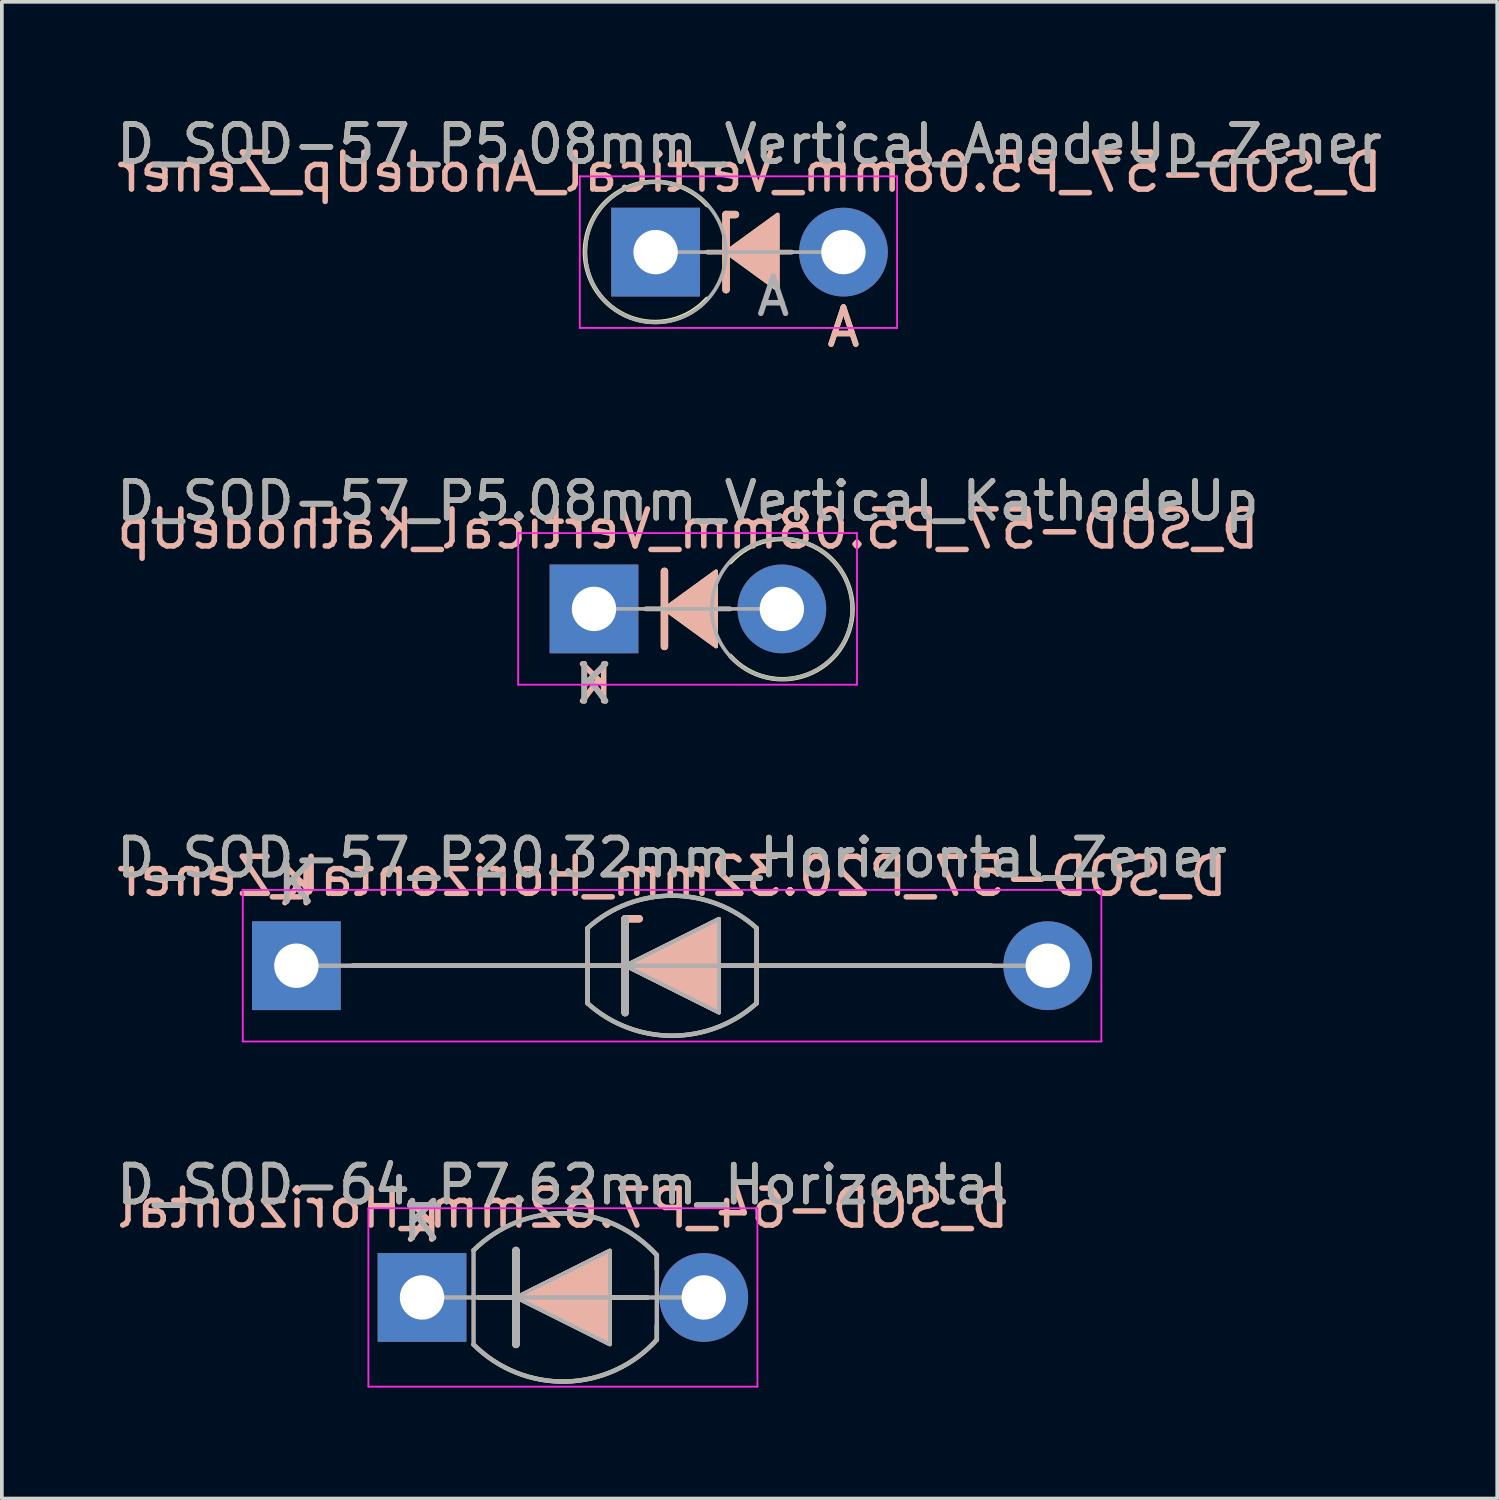
<source format=kicad_pcb>
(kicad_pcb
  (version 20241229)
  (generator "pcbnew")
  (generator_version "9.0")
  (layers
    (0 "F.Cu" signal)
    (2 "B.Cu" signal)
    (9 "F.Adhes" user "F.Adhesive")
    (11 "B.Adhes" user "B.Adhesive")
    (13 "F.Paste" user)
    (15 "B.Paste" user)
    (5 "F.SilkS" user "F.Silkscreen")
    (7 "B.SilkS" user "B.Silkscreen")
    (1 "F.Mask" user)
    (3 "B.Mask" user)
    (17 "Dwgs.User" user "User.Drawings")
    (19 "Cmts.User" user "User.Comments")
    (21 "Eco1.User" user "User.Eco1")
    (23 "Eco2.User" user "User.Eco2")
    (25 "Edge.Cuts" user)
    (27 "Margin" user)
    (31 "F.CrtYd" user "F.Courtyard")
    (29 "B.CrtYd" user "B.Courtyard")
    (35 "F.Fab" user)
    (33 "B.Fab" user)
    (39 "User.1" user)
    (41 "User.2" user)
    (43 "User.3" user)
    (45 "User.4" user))
  (footprint "D_SOD-64_P7.62mm_Horizontal"
    (layer "F.Cu")
    (at 8.363 32.038)
    (property "Reference" "D_SOD-64_P7.62mm_Horizontal" (at 3.81 -3.048 0) (layer "F.SilkS") (effects (font (size 1 1) (thickness 0.15))))
    (fp_line (start 1.524 0) (end 6.096 0) (stroke (width 0.12) (type solid)) (layer "F.SilkS"))
    (fp_line (start 2.54 1.27) (end 2.54 -1.27) (stroke (width 0.2) (type solid)) (layer "F.SilkS"))
    (fp_line (start 6.35 -1.143) (end 6.35 -0.762) (stroke (width 0.12) (type solid)) (layer "F.SilkS"))
    (fp_line (start 6.35 1.143) (end 6.35 0.762) (stroke (width 0.12) (type solid)) (layer "F.SilkS"))
    (fp_arc (start 1.39366 -1.27334) (mid 3.899833 -2.273039) (end 6.349998 -1.143) (stroke (width 0.12) (type solid)) (layer "F.SilkS"))
    (fp_arc (start 6.35 1.143) (mid 3.900216 2.273029) (end 1.394202 1.273879) (stroke (width 0.12) (type solid)) (layer "F.SilkS"))
    (fp_poly (pts (xy 5.08 1.27) (xy 2.54 0) (xy 5.08 -1.27)) (stroke (width 0.1) (type solid)) (fill yes) (layer "F.SilkS"))
    (fp_line (start 1.524 0) (end 6.096 0) (stroke (width 0.12) (type solid)) (layer "B.SilkS"))
    (fp_line (start 2.54 -1.27) (end 2.54 1.27) (stroke (width 0.2) (type solid)) (layer "B.SilkS"))
    (fp_poly (pts (xy 5.08 -1.27) (xy 2.54 0) (xy 5.08 1.27)) (stroke (width 0.1) (type solid)) (fill yes) (layer "B.SilkS"))
    (fp_line (start -1.45 -2.413) (end -1.45 2.413) (stroke (width 0.05) (type solid)) (layer "F.CrtYd"))
    (fp_line (start -1.45 2.413) (end 9.07 2.413) (stroke (width 0.05) (type solid)) (layer "F.CrtYd"))
    (fp_line (start 9.07 -2.413) (end -1.45 -2.413) (stroke (width 0.05) (type solid)) (layer "F.CrtYd"))
    (fp_line (start 9.07 2.413) (end 9.07 -2.413) (stroke (width 0.05) (type solid)) (layer "F.CrtYd"))
    (fp_line (start 0.254 0) (end 7.366 0) (stroke (width 0.12) (type solid)) (layer "F.Fab"))
    (fp_line (start 1.394 1.274) (end 1.394 -1.273) (stroke (width 0.12) (type solid)) (layer "F.Fab"))
    (fp_line (start 2.54 1.27) (end 2.54 -1.27) (stroke (width 0.2) (type solid)) (layer "F.Fab"))
    (fp_line (start 6.35 -1.143) (end 6.35 1.143) (stroke (width 0.12) (type solid)) (layer "F.Fab"))
    (fp_arc (start 1.3942 -1.273879) (mid 3.900214 -2.273029) (end 6.349998 -1.143) (stroke (width 0.12) (type solid)) (layer "F.Fab"))
    (fp_arc (start 6.35 1.143) (mid 3.900216 2.273029) (end 1.394202 1.273879) (stroke (width 0.12) (type solid)) (layer "F.Fab"))
    (fp_poly (pts (xy 5.08 1.27) (xy 2.54 0) (xy 5.08 -1.27)) (stroke (width 0.1) (type solid)) (fill no) (layer "F.Fab"))
    (fp_text user "K" (at 0 -2.073 0) (layer "F.SilkS") (effects (font (size 1 1) (thickness 0.15))))
    (fp_text user "${REFERENCE}" (at 3.81 -2.413 0) (layer "B.SilkS") (effects (font (size 1 1) (thickness 0.15)) (justify mirror)))
    (fp_text user "K" (at 0 -2.032 0) (layer "B.SilkS") (effects (font (size 1 1) (thickness 0.15)) (justify mirror)))
    (fp_text user "${REFERENCE}" (at 3.81 -3.048 0) (layer "F.Fab") (effects (font (size 1 1) (thickness 0.15))))
    (fp_text user "K" (at 0 -2.073 0) (layer "F.Fab") (effects (font (size 1 1) (thickness 0.15))))
    (pad "1" thru_hole rect (at 0 0) (size 2.4 2.4) (drill 1.2) (layers "*.Cu" "*.Mask"))
    (pad "2" thru_hole oval (at 7.62 0) (size 2.4 2.4) (drill 1.2) (layers "*.Cu" "*.Mask")))
  (footprint "D_SOD-57_P5.08mm_Vertical_KathodeUp"
    (layer "F.Cu")
    (at 13.014 13.417)
    (property "Reference" "D_SOD-57_P5.08mm_Vertical_KathodeUp" (at 2.54 -2.92 0) (layer "F.SilkS") (effects (font (size 1 1) (thickness 0.15))))
    (fp_line (start 1.397 0) (end 2.413 0) (stroke (width 0.12) (type solid)) (layer "F.SilkS"))
    (fp_line (start 1.905 -1.016) (end 1.905 1.016) (stroke (width 0.2) (type solid)) (layer "F.SilkS"))
    (fp_line (start 1.92 0) (end 3.683 0) (stroke (width 0.12) (type solid)) (layer "F.SilkS"))
    (fp_arc (start 3.688678 -1.264874) (mid 6.992067 0.009969) (end 3.683 1.27) (stroke (width 0.12) (type solid)) (layer "F.SilkS"))
    (fp_poly (pts (xy 3.302 1.016) (xy 1.905 0) (xy 3.302 -1.016)) (stroke (width 0.1) (type solid)) (fill yes) (layer "F.SilkS"))
    (fp_line (start 1.397 0) (end 2.413 0) (stroke (width 0.12) (type solid)) (layer "B.SilkS"))
    (fp_line (start 1.905 1.016) (end 1.905 -1.016) (stroke (width 0.2) (type solid)) (layer "B.SilkS"))
    (fp_line (start 1.92 0) (end 3.683 0) (stroke (width 0.12) (type solid)) (layer "B.SilkS"))
    (fp_poly (pts (xy 3.302 -1.016) (xy 1.905 0) (xy 3.302 1.016)) (stroke (width 0.1) (type solid)) (fill yes) (layer "B.SilkS"))
    (fp_line (start -2.05 -2.05) (end -2.05 2.05) (stroke (width 0.05) (type solid)) (layer "F.CrtYd"))
    (fp_line (start -2.05 2.05) (end 7.112 2.05) (stroke (width 0.05) (type solid)) (layer "F.CrtYd"))
    (fp_line (start 7.112 -2.05) (end -2.05 -2.05) (stroke (width 0.05) (type solid)) (layer "F.CrtYd"))
    (fp_line (start 7.112 2.05) (end 7.112 -2.05) (stroke (width 0.05) (type solid)) (layer "F.CrtYd"))
    (fp_line (start 0 0) (end 5.08 0) (stroke (width 0.1) (type solid)) (layer "F.Fab"))
    (fp_circle (center 5.085 0) (end 6.985 0) (stroke (width 0.1) (type solid)) (fill no) (layer "F.Fab"))
    (fp_text user "K" (at 0 2.032 0) (layer "F.SilkS") (effects (font (size 1 1) (thickness 0.15))))
    (fp_text user "K" (at 0 2.032 0) (layer "B.SilkS") (effects (font (size 1 1) (thickness 0.15)) (justify mirror)))
    (fp_text user "${REFERENCE}" (at 2.54 -2.159 0) (layer "B.SilkS") (effects (font (size 1 1) (thickness 0.15)) (justify mirror)))
    (fp_text user "K" (at 0 2.032 0) (layer "F.Fab") (effects (font (size 1 1) (thickness 0.15))))
    (fp_text user "${REFERENCE}" (at 2.54 -2.92 0) (layer "F.Fab") (effects (font (size 1 1) (thickness 0.15))))
    (pad "1" thru_hole rect (at 0 0) (size 2.4 2.4) (drill 1.2) (layers "*.Cu" "*.Mask"))
    (pad "2" thru_hole oval (at 5.08 0) (size 2.4 2.4) (drill 1.2) (layers "*.Cu" "*.Mask")))
  (footprint "D_SOD-57_P5.08mm_Vertical_AnodeUp_Zener"
    (layer "F.Cu")
    (at 14.68 3.768)
    (property "Reference" "D_SOD-57_P5.08mm_Vertical_AnodeUp_Zener" (at 2.54 -2.92 0) (layer "F.SilkS") (effects (font (size 1 1) (thickness 0.15))))
    (fp_line (start 1.397 0) (end 2.413 0) (stroke (width 0.12) (type solid)) (layer "F.SilkS"))
    (fp_line (start 1.905 -1.016) (end 1.905 1.016) (stroke (width 0.2) (type solid)) (layer "F.SilkS"))
    (fp_line (start 1.905 -1.016) (end 2.159 -1.016) (stroke (width 0.2) (type solid)) (layer "F.SilkS"))
    (fp_line (start 1.92 0) (end 3.683 0) (stroke (width 0.12) (type solid)) (layer "F.SilkS"))
    (fp_arc (start 1.391322 1.264874) (mid -1.912067 -0.009969) (end 1.397 -1.27) (stroke (width 0.12) (type solid)) (layer "F.SilkS"))
    (fp_poly (pts (xy 3.302 1.016) (xy 1.905 0) (xy 3.302 -1.016)) (stroke (width 0.1) (type solid)) (fill yes) (layer "F.SilkS"))
    (fp_line (start 1.397 0) (end 2.413 0) (stroke (width 0.12) (type solid)) (layer "B.SilkS"))
    (fp_line (start 1.905 -1.016) (end 2.159 -1.016) (stroke (width 0.2) (type solid)) (layer "B.SilkS"))
    (fp_line (start 1.905 1.016) (end 1.905 -1.016) (stroke (width 0.2) (type solid)) (layer "B.SilkS"))
    (fp_line (start 1.92 0) (end 3.683 0) (stroke (width 0.12) (type solid)) (layer "B.SilkS"))
    (fp_poly (pts (xy 3.302 -1.016) (xy 1.905 0) (xy 3.302 1.016)) (stroke (width 0.1) (type solid)) (fill yes) (layer "B.SilkS"))
    (fp_line (start -2.05 -2.05) (end -2.05 2.05) (stroke (width 0.05) (type solid)) (layer "F.CrtYd"))
    (fp_line (start -2.05 2.05) (end 6.53 2.05) (stroke (width 0.05) (type solid)) (layer "F.CrtYd"))
    (fp_line (start 6.53 -2.05) (end -2.05 -2.05) (stroke (width 0.05) (type solid)) (layer "F.CrtYd"))
    (fp_line (start 6.53 2.05) (end 6.53 -2.05) (stroke (width 0.05) (type solid)) (layer "F.CrtYd"))
    (fp_line (start 0 0) (end 5.08 0) (stroke (width 0.1) (type solid)) (layer "F.Fab"))
    (fp_circle (center 0 0) (end 1.9 0) (stroke (width 0.1) (type solid)) (fill no) (layer "F.Fab"))
    (fp_text user "A" (at 5.08 2.032 0) (layer "F.SilkS") (effects (font (size 1 1) (thickness 0.15))))
    (fp_text user "A" (at 5.08 2.032 0) (layer "B.SilkS") (effects (font (size 1 1) (thickness 0.15)) (justify mirror)))
    (fp_text user "${REFERENCE}" (at 2.54 -2.159 0) (layer "B.SilkS") (effects (font (size 1 1) (thickness 0.15)) (justify mirror)))
    (fp_text user "${REFERENCE}" (at 2.54 -2.92 0) (layer "F.Fab") (effects (font (size 1 1) (thickness 0.15))))
    (fp_text user "A" (at 3.18 1.2 0) (layer "F.Fab") (effects (font (size 1 1) (thickness 0.15))))
    (pad "1" thru_hole rect (at 0 0) (size 2.4 2.4) (drill 1.2) (layers "*.Cu" "*.Mask"))
    (pad "2" thru_hole oval (at 5.08 0) (size 2.4 2.4) (drill 1.2) (layers "*.Cu" "*.Mask")))
  (footprint "D_SOD-57_P20.32mm_Horizontal_Zener"
    (layer "F.Cu")
    (at 4.965 23.066)
    (property "Reference" "D_SOD-57_P20.32mm_Horizontal_Zener" (at 10.16 -2.92 0) (layer "F.SilkS") (effects (font (size 1 1) (thickness 0.15))))
    (fp_line (start 1.524 0) (end 18.796 0) (stroke (width 0.12) (type solid)) (layer "F.SilkS"))
    (fp_line (start 7.874 -1.016) (end 7.874 1.016) (stroke (width 0.12) (type solid)) (layer "F.SilkS"))
    (fp_line (start 8.89 -1.27) (end 9.271 -1.27) (stroke (width 0.2) (type solid)) (layer "F.SilkS"))
    (fp_line (start 8.89 1.27) (end 8.89 -1.27) (stroke (width 0.2) (type solid)) (layer "F.SilkS"))
    (fp_line (start 12.446 -1.016) (end 12.446 1.016) (stroke (width 0.12) (type solid)) (layer "F.SilkS"))
    (fp_arc (start 7.874 -1.016) (mid 10.159999 -1.89322) (end 12.445998 -1.016) (stroke (width 0.12) (type solid)) (layer "F.SilkS"))
    (fp_arc (start 12.446 1.016) (mid 10.160001 1.89322) (end 7.874002 1.016) (stroke (width 0.12) (type solid)) (layer "F.SilkS"))
    (fp_poly (pts (xy 11.43 1.27) (xy 8.89 0) (xy 11.43 -1.27)) (stroke (width 0.1) (type solid)) (fill yes) (layer "F.SilkS"))
    (fp_line (start 1.524 0) (end 18.796 0) (stroke (width 0.12) (type solid)) (layer "B.SilkS"))
    (fp_line (start 8.89 -1.27) (end 8.89 1.27) (stroke (width 0.2) (type solid)) (layer "B.SilkS"))
    (fp_line (start 8.89 -1.27) (end 9.271 -1.27) (stroke (width 0.2) (type solid)) (layer "B.SilkS"))
    (fp_poly (pts (xy 11.43 -1.27) (xy 8.89 0) (xy 11.43 1.27)) (stroke (width 0.1) (type solid)) (fill yes) (layer "B.SilkS"))
    (fp_line (start -1.45 -2.05) (end -1.45 2.05) (stroke (width 0.05) (type solid)) (layer "F.CrtYd"))
    (fp_line (start -1.45 2.05) (end 21.77 2.05) (stroke (width 0.05) (type solid)) (layer "F.CrtYd"))
    (fp_line (start 21.77 -2.05) (end -1.45 -2.05) (stroke (width 0.05) (type solid)) (layer "F.CrtYd"))
    (fp_line (start 21.77 2.05) (end 21.77 -2.05) (stroke (width 0.05) (type solid)) (layer "F.CrtYd"))
    (fp_line (start 0 0) (end 20.32 0) (stroke (width 0.12) (type solid)) (layer "F.Fab"))
    (fp_line (start 7.874 -1.016) (end 7.874 1.016) (stroke (width 0.12) (type solid)) (layer "F.Fab"))
    (fp_line (start 8.89 1.27) (end 8.89 -1.27) (stroke (width 0.2) (type solid)) (layer "F.Fab"))
    (fp_line (start 12.446 -1.016) (end 12.446 1.016) (stroke (width 0.12) (type solid)) (layer "F.Fab"))
    (fp_arc (start 7.874 -1.016) (mid 10.16037 -1.894241) (end 12.447132 -1.017021) (stroke (width 0.12) (type solid)) (layer "F.Fab"))
    (fp_arc (start 12.447134 1.014979) (mid 10.160764 1.89322) (end 7.874002 1.016) (stroke (width 0.12) (type solid)) (layer "F.Fab"))
    (fp_poly (pts (xy 11.43 1.27) (xy 8.89 0) (xy 11.43 -1.27)) (stroke (width 0.1) (type solid)) (fill no) (layer "F.Fab"))
    (fp_text user "K" (at 0 -2.2 0) (layer "F.SilkS") (effects (font (size 1 1) (thickness 0.15))))
    (fp_text user "K" (at 0 -2.159 0) (layer "B.SilkS") (effects (font (size 1 1) (thickness 0.15)) (justify mirror)))
    (fp_text user "${REFERENCE}" (at 10.16 -2.413 0) (layer "B.SilkS") (effects (font (size 1 1) (thickness 0.15)) (justify mirror)))
    (fp_text user "${REFERENCE}" (at 10.16 -2.921 0) (layer "F.Fab") (effects (font (size 1 1) (thickness 0.15))))
    (fp_text user "K" (at 0 -2.2 0) (layer "F.Fab") (effects (font (size 1 1) (thickness 0.15))))
    (pad "1" thru_hole rect (at 0 0) (size 2.4 2.4) (drill 1.2) (layers "*.Cu" "*.Mask"))
    (pad "2" thru_hole oval (at 20.32 0) (size 2.4 2.4) (drill 1.2) (layers "*.Cu" "*.Mask")))
  (gr_rect
    (start -3 -3)
    (end 37.44 37.475)
    (stroke (width 0.1) (type default))
    (fill no)
    (layer "Edge.Cuts")))
</source>
